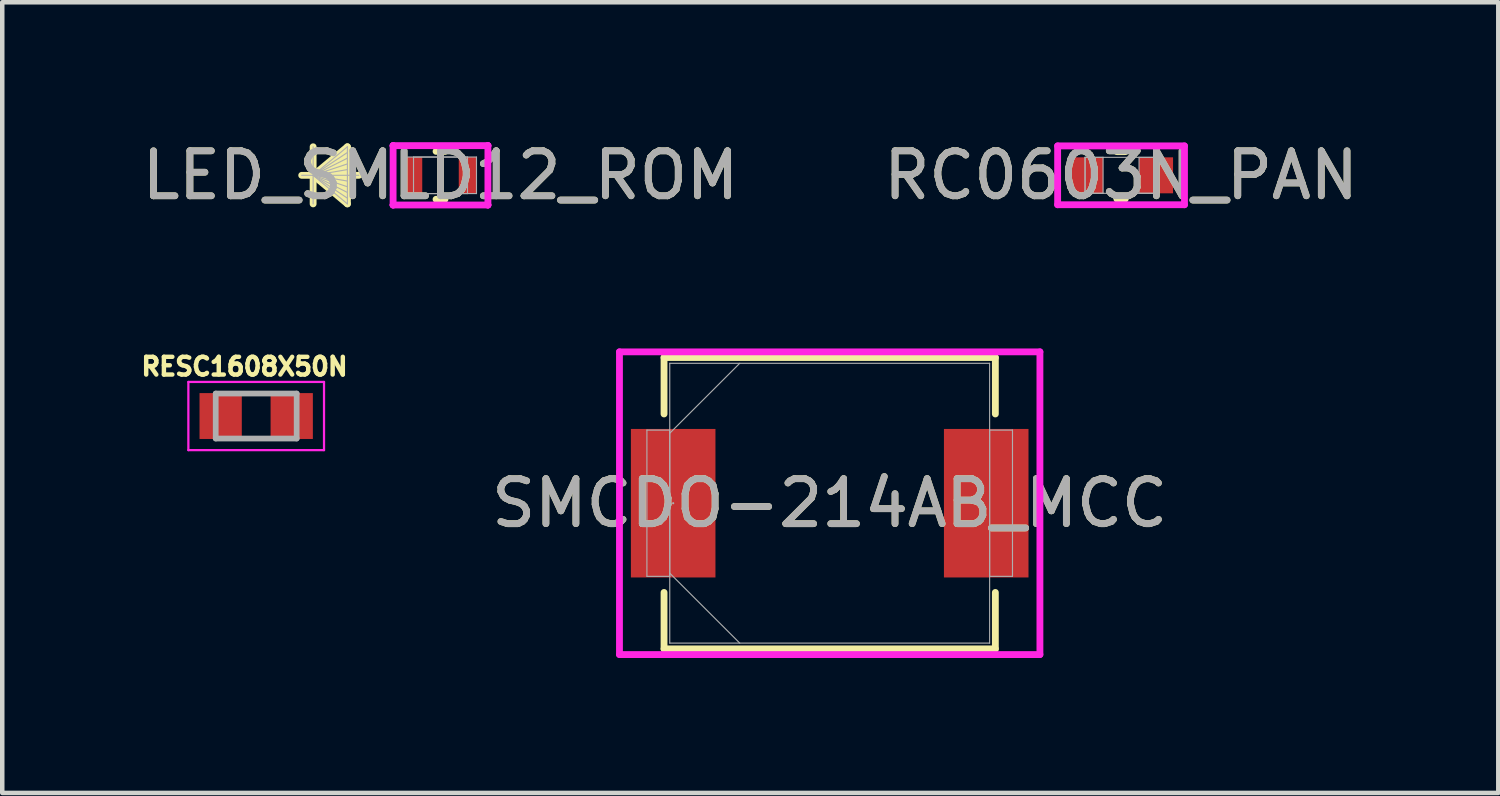
<source format=kicad_pcb>
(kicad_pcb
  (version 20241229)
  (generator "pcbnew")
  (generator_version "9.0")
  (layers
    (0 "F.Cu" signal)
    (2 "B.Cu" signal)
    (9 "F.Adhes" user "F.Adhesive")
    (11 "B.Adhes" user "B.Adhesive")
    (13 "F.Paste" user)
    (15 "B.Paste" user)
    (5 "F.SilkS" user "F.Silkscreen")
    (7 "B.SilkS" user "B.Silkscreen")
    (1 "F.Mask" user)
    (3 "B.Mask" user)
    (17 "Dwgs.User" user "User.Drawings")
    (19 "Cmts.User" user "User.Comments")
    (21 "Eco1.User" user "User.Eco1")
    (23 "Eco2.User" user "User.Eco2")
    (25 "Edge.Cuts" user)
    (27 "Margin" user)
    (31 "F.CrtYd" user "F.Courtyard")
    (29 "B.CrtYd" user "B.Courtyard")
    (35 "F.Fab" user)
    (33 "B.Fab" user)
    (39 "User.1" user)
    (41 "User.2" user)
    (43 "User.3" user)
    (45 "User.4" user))
  (footprint "LED_SMLD12_ROM"
    (layer "F.Cu")
    (at 6.744 0.848)
    (property "Reference" "LED_SMLD12_ROM" (at 0 0 0) (unlocked yes) (layer "F.SilkS") (effects (font (size 1 1) (thickness 0.15))))
    (attr smd)
    (fp_line (start -2.832 -0.635) (end -2.832 0.635) (stroke (width 0.152) (type solid)) (layer "F.SilkS"))
    (fp_line (start -2.832 0) (end -2.07 -0.635) (stroke (width 0.152) (type solid)) (layer "F.SilkS"))
    (fp_line (start -2.832 0) (end -2.07 -0.508) (stroke (width 0.152) (type solid)) (layer "F.SilkS"))
    (fp_line (start -2.832 0) (end -2.07 -0.381) (stroke (width 0.152) (type solid)) (layer "F.SilkS"))
    (fp_line (start -2.832 0) (end -2.07 -0.254) (stroke (width 0.152) (type solid)) (layer "F.SilkS"))
    (fp_line (start -2.832 0) (end -2.07 -0.127) (stroke (width 0.152) (type solid)) (layer "F.SilkS"))
    (fp_line (start -2.832 0) (end -2.07 0.127) (stroke (width 0.152) (type solid)) (layer "F.SilkS"))
    (fp_line (start -2.832 0) (end -2.07 0.254) (stroke (width 0.152) (type solid)) (layer "F.SilkS"))
    (fp_line (start -2.832 0) (end -2.07 0.381) (stroke (width 0.152) (type solid)) (layer "F.SilkS"))
    (fp_line (start -2.832 0) (end -2.07 0.508) (stroke (width 0.152) (type solid)) (layer "F.SilkS"))
    (fp_line (start -2.832 0) (end -2.07 0.635) (stroke (width 0.152) (type solid)) (layer "F.SilkS"))
    (fp_line (start -2.07 -0.635) (end -2.07 0.635) (stroke (width 0.152) (type solid)) (layer "F.SilkS"))
    (fp_line (start -1.816 0) (end -3.086 0) (stroke (width 0.152) (type solid)) (layer "F.SilkS"))
    (fp_line (start -0.099 0.533) (end 0.099 0.533) (stroke (width 0.152) (type solid)) (layer "F.SilkS"))
    (fp_line (start 0.099 -0.533) (end -0.099 -0.533) (stroke (width 0.152) (type solid)) (layer "F.SilkS"))
    (fp_line (start -1.054 -0.66) (end -1.054 -0.66) (stroke (width 0.152) (type solid)) (layer "F.CrtYd"))
    (fp_line (start -1.054 -0.66) (end -1.054 -0.66) (stroke (width 0.152) (type solid)) (layer "F.CrtYd"))
    (fp_line (start -1.054 -0.66) (end 1.054 -0.66) (stroke (width 0.152) (type solid)) (layer "F.CrtYd"))
    (fp_line (start -1.054 0.66) (end -1.054 -0.66) (stroke (width 0.152) (type solid)) (layer "F.CrtYd"))
    (fp_line (start -1.054 0.66) (end -1.054 0.66) (stroke (width 0.152) (type solid)) (layer "F.CrtYd"))
    (fp_line (start -1.054 0.66) (end -1.054 0.66) (stroke (width 0.152) (type solid)) (layer "F.CrtYd"))
    (fp_line (start 1.054 -0.66) (end 1.054 -0.66) (stroke (width 0.152) (type solid)) (layer "F.CrtYd"))
    (fp_line (start 1.054 -0.66) (end 1.054 -0.66) (stroke (width 0.152) (type solid)) (layer "F.CrtYd"))
    (fp_line (start 1.054 -0.66) (end 1.054 0.66) (stroke (width 0.152) (type solid)) (layer "F.CrtYd"))
    (fp_line (start 1.054 0.66) (end -1.054 0.66) (stroke (width 0.152) (type solid)) (layer "F.CrtYd"))
    (fp_line (start 1.054 0.66) (end 1.054 0.66) (stroke (width 0.152) (type solid)) (layer "F.CrtYd"))
    (fp_line (start 1.054 0.66) (end 1.054 0.66) (stroke (width 0.152) (type solid)) (layer "F.CrtYd"))
    (fp_line (start -2.832 -0.635) (end -2.832 0.635) (stroke (width 0.025) (type solid)) (layer "F.Fab"))
    (fp_line (start -2.832 0) (end -2.07 -0.635) (stroke (width 0.025) (type solid)) (layer "F.Fab"))
    (fp_line (start -2.832 0) (end -2.07 -0.508) (stroke (width 0.025) (type solid)) (layer "F.Fab"))
    (fp_line (start -2.832 0) (end -2.07 -0.381) (stroke (width 0.025) (type solid)) (layer "F.Fab"))
    (fp_line (start -2.832 0) (end -2.07 -0.254) (stroke (width 0.025) (type solid)) (layer "F.Fab"))
    (fp_line (start -2.832 0) (end -2.07 -0.127) (stroke (width 0.025) (type solid)) (layer "F.Fab"))
    (fp_line (start -2.832 0) (end -2.07 0.127) (stroke (width 0.025) (type solid)) (layer "F.Fab"))
    (fp_line (start -2.832 0) (end -2.07 0.254) (stroke (width 0.025) (type solid)) (layer "F.Fab"))
    (fp_line (start -2.832 0) (end -2.07 0.381) (stroke (width 0.025) (type solid)) (layer "F.Fab"))
    (fp_line (start -2.832 0) (end -2.07 0.508) (stroke (width 0.025) (type solid)) (layer "F.Fab"))
    (fp_line (start -2.832 0) (end -2.07 0.635) (stroke (width 0.025) (type solid)) (layer "F.Fab"))
    (fp_line (start -2.07 -0.635) (end -2.07 0.635) (stroke (width 0.025) (type solid)) (layer "F.Fab"))
    (fp_line (start -1.816 0) (end -3.086 0) (stroke (width 0.025) (type solid)) (layer "F.Fab"))
    (fp_line (start -0.8 -0.406) (end -0.8 0.406) (stroke (width 0.025) (type solid)) (layer "F.Fab"))
    (fp_line (start -0.8 0.406) (end 0.8 0.406) (stroke (width 0.025) (type solid)) (layer "F.Fab"))
    (fp_line (start -0.6 -0.406) (end -0.6 0.406) (stroke (width 0.025) (type solid)) (layer "F.Fab"))
    (fp_line (start -0.6 0.406) (end 0.6 0.406) (stroke (width 0.025) (type solid)) (layer "F.Fab"))
    (fp_line (start 0.6 -0.406) (end -0.6 -0.406) (stroke (width 0.025) (type solid)) (layer "F.Fab"))
    (fp_line (start 0.6 0.406) (end 0.6 -0.406) (stroke (width 0.025) (type solid)) (layer "F.Fab"))
    (fp_line (start 0.8 -0.406) (end -0.8 -0.406) (stroke (width 0.025) (type solid)) (layer "F.Fab"))
    (fp_line (start 0.8 0.406) (end 0.8 -0.406) (stroke (width 0.025) (type solid)) (layer "F.Fab"))
    (fp_text user "${REFERENCE}" (at 0 0 0) (unlocked yes) (layer "F.Fab") (effects (font (size 1 1) (thickness 0.15))))
    (pad "1" smd rect (at -0.603 0) (size 0.394 0.813) (layers "F.Cu" "F.Mask" "F.Paste"))
    (pad "2" smd rect (at 0.603 0) (size 0.394 0.813) (layers "F.Cu" "F.Mask" "F.Paste"))
    (zone (net_name "") (layer "F.Cu") (hatch full 0.508) (connect_pads) (min_thickness 0.254) (filled_areas_thickness no) (keepout (tracks not_allowed) (vias not_allowed) (pads allowed) (copperpour not_allowed) (footprints allowed)) (placement (enabled no)) (fill) (polygon (pts (xy 6.388 0.493) (xy 7.1 0.493) (xy 7.1 1.204) (xy 6.388 1.204)))))
  (footprint "RC0603N_PAN"
    (layer "F.Cu")
    (at 21.875 0.848)
    (property "Reference" "RC0603N_PAN" (at 0 0 0) (unlocked yes) (layer "F.SilkS") (effects (font (size 1 1) (thickness 0.15))))
    (attr smd)
    (fp_line (start -0.092 0.527) (end 0.092 0.527) (stroke (width 0.152) (type solid)) (layer "F.SilkS"))
    (fp_line (start 0.092 -0.527) (end -0.092 -0.527) (stroke (width 0.152) (type solid)) (layer "F.SilkS"))
    (fp_line (start -1.41 -0.654) (end 1.41 -0.654) (stroke (width 0.152) (type solid)) (layer "F.CrtYd"))
    (fp_line (start -1.41 0.654) (end -1.41 -0.654) (stroke (width 0.152) (type solid)) (layer "F.CrtYd"))
    (fp_line (start 1.41 -0.654) (end 1.41 0.654) (stroke (width 0.152) (type solid)) (layer "F.CrtYd"))
    (fp_line (start 1.41 0.654) (end -1.41 0.654) (stroke (width 0.152) (type solid)) (layer "F.CrtYd"))
    (fp_line (start -0.8 -0.4) (end -0.8 0.4) (stroke (width 0.025) (type solid)) (layer "F.Fab"))
    (fp_line (start -0.8 -0.4) (end -0.8 0.4) (stroke (width 0.025) (type solid)) (layer "F.Fab"))
    (fp_line (start -0.8 0.4) (end -0.4 0.4) (stroke (width 0.025) (type solid)) (layer "F.Fab"))
    (fp_line (start -0.8 0.4) (end 0.8 0.4) (stroke (width 0.025) (type solid)) (layer "F.Fab"))
    (fp_line (start -0.4 -0.4) (end -0.8 -0.4) (stroke (width 0.025) (type solid)) (layer "F.Fab"))
    (fp_line (start -0.4 0.4) (end -0.4 -0.4) (stroke (width 0.025) (type solid)) (layer "F.Fab"))
    (fp_line (start 0.4 -0.4) (end 0.4 0.4) (stroke (width 0.025) (type solid)) (layer "F.Fab"))
    (fp_line (start 0.4 0.4) (end 0.8 0.4) (stroke (width 0.025) (type solid)) (layer "F.Fab"))
    (fp_line (start 0.8 -0.4) (end -0.8 -0.4) (stroke (width 0.025) (type solid)) (layer "F.Fab"))
    (fp_line (start 0.8 -0.4) (end 0.4 -0.4) (stroke (width 0.025) (type solid)) (layer "F.Fab"))
    (fp_line (start 0.8 0.4) (end 0.8 -0.4) (stroke (width 0.025) (type solid)) (layer "F.Fab"))
    (fp_line (start 0.8 0.4) (end 0.8 -0.4) (stroke (width 0.025) (type solid)) (layer "F.Fab"))
    (fp_text user "${REFERENCE}" (at 0 0 0) (unlocked yes) (layer "F.Fab") (effects (font (size 1 1) (thickness 0.15))))
    (pad "1" smd rect (at -0.778 0) (size 0.756 0.8) (layers "F.Cu" "F.Mask" "F.Paste"))
    (pad "2" smd rect (at 0.778 0) (size 0.756 0.8) (layers "F.Cu" "F.Mask" "F.Paste"))
    (zone (net_name "") (layer "F.Cu") (hatch full 0.508) (connect_pads) (min_thickness 0.254) (filled_areas_thickness no) (keepout (tracks not_allowed) (vias not_allowed) (pads allowed) (copperpour not_allowed) (footprints allowed)) (placement (enabled no)) (fill) (polygon (pts (xy 21.526 0.499) (xy 22.224 0.499) (xy 22.224 1.197) (xy 21.526 1.197)))))
  (footprint "RESC1608X50N"
    (layer "F.Cu")
    (at 2.646 6.2)
    (property "Reference" "RESC1608X50N" (at -0.26 -1.1 0) (layer "F.SilkS") (effects (font (size 0.394 0.394) (thickness 0.15))))
    (attr smd)
    (fp_line (start -1.508 -0.758) (end 1.508 -0.758) (stroke (width 0.05) (type solid)) (layer "F.CrtYd"))
    (fp_line (start -1.508 0.758) (end -1.508 -0.758) (stroke (width 0.05) (type solid)) (layer "F.CrtYd"))
    (fp_line (start -1.508 0.758) (end 1.508 0.758) (stroke (width 0.05) (type solid)) (layer "F.CrtYd"))
    (fp_line (start 1.508 0.758) (end 1.508 -0.758) (stroke (width 0.05) (type solid)) (layer "F.CrtYd"))
    (fp_line (start -0.9 0.5) (end -0.9 -0.5) (stroke (width 0.127) (type solid)) (layer "F.Fab"))
    (fp_line (start 0.9 -0.5) (end -0.9 -0.5) (stroke (width 0.127) (type solid)) (layer "F.Fab"))
    (fp_line (start 0.9 0.5) (end -0.9 0.5) (stroke (width 0.127) (type solid)) (layer "F.Fab"))
    (fp_line (start 0.9 0.5) (end 0.9 -0.5) (stroke (width 0.127) (type solid)) (layer "F.Fab"))
    (pad "1" smd rect (at -0.79 0) (size 0.94 1.02) (layers "F.Cu" "F.Mask" "F.Paste"))
    (pad "2" smd rect (at 0.79 0) (size 0.94 1.02) (layers "F.Cu" "F.Mask" "F.Paste")))
  (footprint "SMCDO-214AB_MCC"
    (layer "F.Cu")
    (at 15.397 8.138)
    (property "Reference" "SMCDO-214AB_MCC" (at 0 0 0) (unlocked yes) (layer "F.SilkS") (effects (font (size 1 1) (thickness 0.15))))
    (attr smd)
    (fp_line (start -3.683 -3.239) (end -3.683 -1.984) (stroke (width 0.152) (type solid)) (layer "F.SilkS"))
    (fp_line (start -3.683 1.984) (end -3.683 3.239) (stroke (width 0.152) (type solid)) (layer "F.SilkS"))
    (fp_line (start -3.683 3.239) (end 3.683 3.239) (stroke (width 0.152) (type solid)) (layer "F.SilkS"))
    (fp_line (start 3.683 -3.239) (end -3.683 -3.239) (stroke (width 0.152) (type solid)) (layer "F.SilkS"))
    (fp_line (start 3.683 -1.984) (end 3.683 -3.239) (stroke (width 0.152) (type solid)) (layer "F.SilkS"))
    (fp_line (start 3.683 3.239) (end 3.683 1.984) (stroke (width 0.152) (type solid)) (layer "F.SilkS"))
    (fp_line (start -4.674 -3.365) (end 4.674 -3.365) (stroke (width 0.152) (type solid)) (layer "F.CrtYd"))
    (fp_line (start -4.674 3.365) (end -4.674 -3.365) (stroke (width 0.152) (type solid)) (layer "F.CrtYd"))
    (fp_line (start 4.674 -3.365) (end 4.674 3.365) (stroke (width 0.152) (type solid)) (layer "F.CrtYd"))
    (fp_line (start 4.674 3.365) (end -4.674 3.365) (stroke (width 0.152) (type solid)) (layer "F.CrtYd"))
    (fp_line (start -4.064 -1.626) (end -4.064 1.626) (stroke (width 0.025) (type solid)) (layer "F.Fab"))
    (fp_line (start -4.064 1.626) (end -3.556 1.626) (stroke (width 0.025) (type solid)) (layer "F.Fab"))
    (fp_line (start -3.556 -3.111) (end -3.556 3.111) (stroke (width 0.025) (type solid)) (layer "F.Fab"))
    (fp_line (start -3.556 -1.626) (end -4.064 -1.626) (stroke (width 0.025) (type solid)) (layer "F.Fab"))
    (fp_line (start -3.556 -1.556) (end -2 -3.111) (stroke (width 0.025) (type solid)) (layer "F.Fab"))
    (fp_line (start -3.556 1.556) (end -2 3.111) (stroke (width 0.025) (type solid)) (layer "F.Fab"))
    (fp_line (start -3.556 1.626) (end -3.556 -1.626) (stroke (width 0.025) (type solid)) (layer "F.Fab"))
    (fp_line (start -3.556 3.111) (end 3.556 3.111) (stroke (width 0.025) (type solid)) (layer "F.Fab"))
    (fp_line (start 3.556 -3.111) (end -3.556 -3.111) (stroke (width 0.025) (type solid)) (layer "F.Fab"))
    (fp_line (start 3.556 -1.626) (end 3.556 1.626) (stroke (width 0.025) (type solid)) (layer "F.Fab"))
    (fp_line (start 3.556 1.626) (end 4.064 1.626) (stroke (width 0.025) (type solid)) (layer "F.Fab"))
    (fp_line (start 3.556 3.111) (end 3.556 -3.111) (stroke (width 0.025) (type solid)) (layer "F.Fab"))
    (fp_line (start 4.064 -1.626) (end 3.556 -1.626) (stroke (width 0.025) (type solid)) (layer "F.Fab"))
    (fp_line (start 4.064 1.626) (end 4.064 -1.626) (stroke (width 0.025) (type solid)) (layer "F.Fab"))
    (fp_circle (center -3.48 0) (end -3.48 0) (stroke (width 0.025) (type solid)) (fill no) (layer "F.Fab"))
    (fp_text user "${REFERENCE}" (at 0 0 0) (unlocked yes) (layer "F.Fab") (effects (font (size 1 1) (thickness 0.15))))
    (pad "1" smd rect (at -3.48 0) (size 1.88 3.302) (layers "F.Cu" "F.Mask" "F.Paste"))
    (pad "2" smd rect (at 3.48 0) (size 1.88 3.302) (layers "F.Cu" "F.Mask" "F.Paste"))
    (zone (net_name "") (layer "F.Cu") (hatch full 0.508) (connect_pads) (min_thickness 0.254) (filled_areas_thickness no) (keepout (tracks not_allowed) (vias not_allowed) (pads allowed) (copperpour not_allowed) (footprints allowed)) (placement (enabled no)) (fill) (polygon (pts (xy 12.908 5.077) (xy 17.886 5.077) (xy 17.886 11.199) (xy 12.908 11.199)))))
  (gr_rect
    (start -3 -3)
    (end 30.262 14.58)
    (stroke (width 0.1) (type default))
    (fill no)
    (layer "Edge.Cuts")))
</source>
